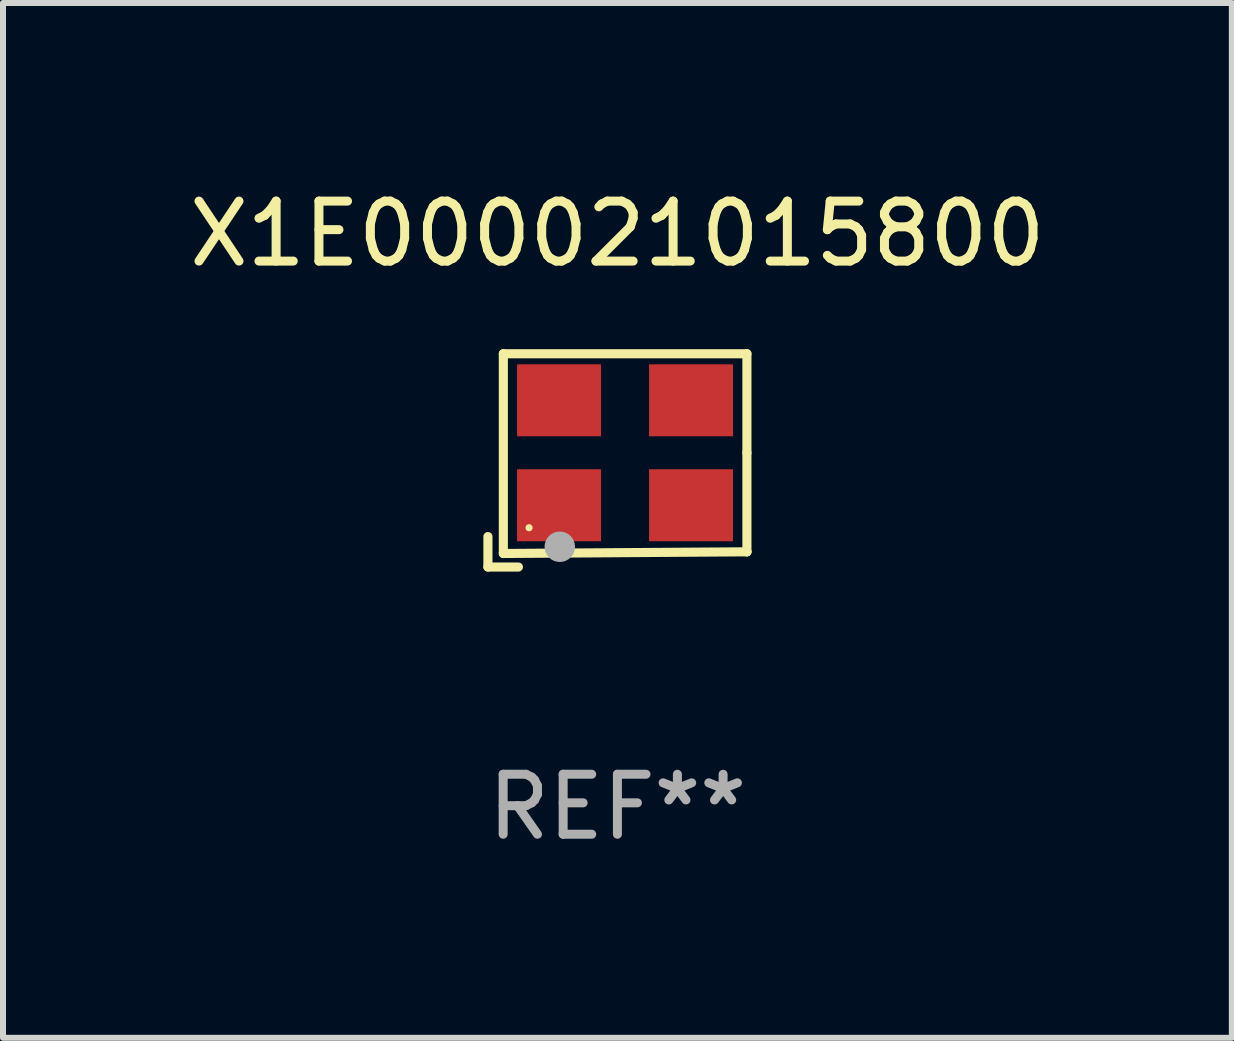
<source format=kicad_pcb>
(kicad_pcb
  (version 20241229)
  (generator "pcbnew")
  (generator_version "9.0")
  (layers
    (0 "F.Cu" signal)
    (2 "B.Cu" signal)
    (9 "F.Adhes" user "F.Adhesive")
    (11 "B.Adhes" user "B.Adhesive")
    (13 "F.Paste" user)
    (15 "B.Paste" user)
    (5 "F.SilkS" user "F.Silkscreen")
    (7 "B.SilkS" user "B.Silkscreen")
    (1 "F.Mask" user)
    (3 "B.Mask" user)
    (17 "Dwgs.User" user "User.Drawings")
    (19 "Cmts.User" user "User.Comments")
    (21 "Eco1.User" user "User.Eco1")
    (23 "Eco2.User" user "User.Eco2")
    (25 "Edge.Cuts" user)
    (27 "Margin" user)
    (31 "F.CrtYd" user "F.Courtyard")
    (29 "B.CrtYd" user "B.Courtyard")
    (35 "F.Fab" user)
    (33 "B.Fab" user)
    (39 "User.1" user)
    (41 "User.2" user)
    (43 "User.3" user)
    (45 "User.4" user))
  (footprint "X1E000021015800"
    (layer "F.Cu")
    (at 7.244 4.626)
    (property "Reference" "X1E000021015800" (at 0 -3.778 0) (layer "F.SilkS") (effects (font (size 1 1) (thickness 0.15))))
    (attr through_hole)
    (fp_line (start -2.159 1.27) (end -2.159 1.778) (stroke (width 0.152) (type solid)) (layer "F.SilkS"))
    (fp_line (start -2.159 1.778) (end -1.651 1.778) (stroke (width 0.152) (type solid)) (layer "F.SilkS"))
    (fp_line (start -1.902 -1.778) (end 2.159 -1.778) (stroke (width 0.152) (type solid)) (layer "F.SilkS"))
    (fp_line (start -1.902 1.552) (end -1.902 -1.778) (stroke (width 0.152) (type solid)) (layer "F.SilkS"))
    (fp_line (start 2.159 -1.778) (end 2.159 -0.127) (stroke (width 0.152) (type solid)) (layer "F.SilkS"))
    (fp_line (start 2.159 -0.127) (end 2.159 1.524) (stroke (width 0.152) (type solid)) (layer "F.SilkS"))
    (fp_line (start 2.159 1.524) (end -1.902 1.552) (stroke (width 0.152) (type solid)) (layer "F.SilkS"))
    (fp_line (start 2.159 1.524) (end 2.159 1.524) (stroke (width 0.152) (type solid)) (layer "F.SilkS"))
    (fp_circle (center -1.473 1.123) (end -1.443 1.123) (stroke (width 0.06) (type solid)) (fill no) (layer "F.SilkS"))
    (fp_circle (center -0.961 1.44) (end -0.834 1.44) (stroke (width 0.254) (type solid)) (fill no) (layer "F.Fab"))
    (fp_text user "REF**" (at 0 5.778 0) (layer "F.Fab") (effects (font (size 1 1) (thickness 0.15))))
    (pad "1" smd rect (at -0.973 0.748) (size 1.4 1.2) (layers "F.Cu" "F.Mask" "F.Paste"))
    (pad "2" smd rect (at 1.227 0.748) (size 1.4 1.2) (layers "F.Cu" "F.Mask" "F.Paste"))
    (pad "3" smd rect (at 1.227 -1.002) (size 1.4 1.2) (layers "F.Cu" "F.Mask" "F.Paste"))
    (pad "4" smd rect (at -0.973 -1.002) (size 1.4 1.2) (layers "F.Cu" "F.Mask" "F.Paste")))
  (gr_rect
    (start -3 -3)
    (end 17.488 14.253)
    (stroke (width 0.1) (type default))
    (fill no)
    (layer "Edge.Cuts")))
</source>
